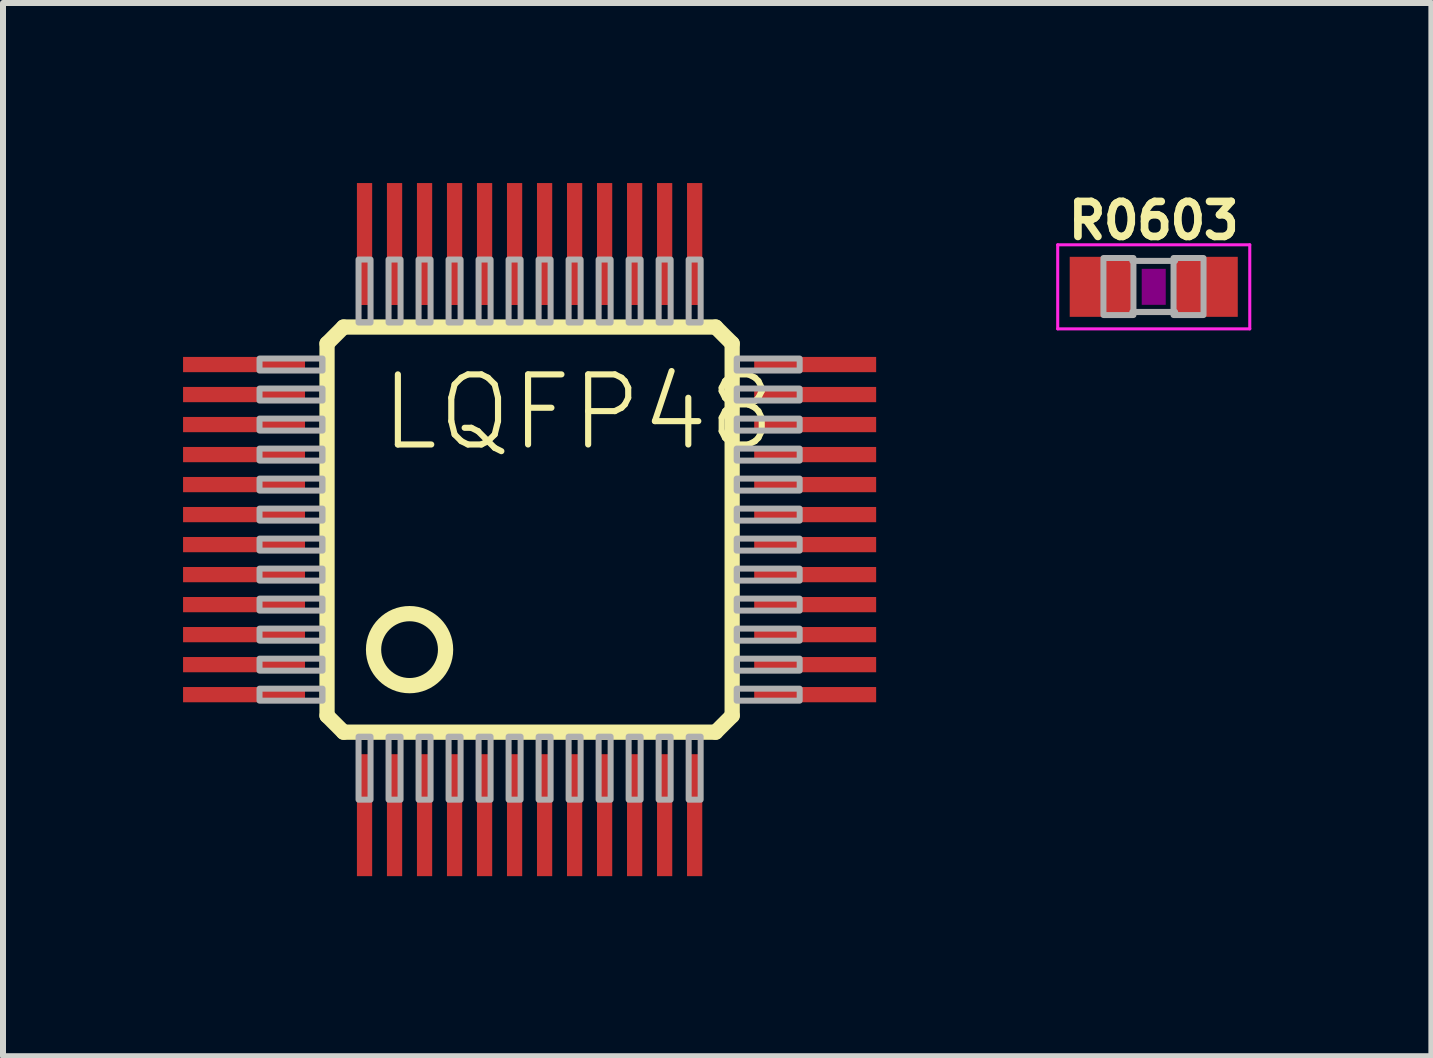
<source format=kicad_pcb>
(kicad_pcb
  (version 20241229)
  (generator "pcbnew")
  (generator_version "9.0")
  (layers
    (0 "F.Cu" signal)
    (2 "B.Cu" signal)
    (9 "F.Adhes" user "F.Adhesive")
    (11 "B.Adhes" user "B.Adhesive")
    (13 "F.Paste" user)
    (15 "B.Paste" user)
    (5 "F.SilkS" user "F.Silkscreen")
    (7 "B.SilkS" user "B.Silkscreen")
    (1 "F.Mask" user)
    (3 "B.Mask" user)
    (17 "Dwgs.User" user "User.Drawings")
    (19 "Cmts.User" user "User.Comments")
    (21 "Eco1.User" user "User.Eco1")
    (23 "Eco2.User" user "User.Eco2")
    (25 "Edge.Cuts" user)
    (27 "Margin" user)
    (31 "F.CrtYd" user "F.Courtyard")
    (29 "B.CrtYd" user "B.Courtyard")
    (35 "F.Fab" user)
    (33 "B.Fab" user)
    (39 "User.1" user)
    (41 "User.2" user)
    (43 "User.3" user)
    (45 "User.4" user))
  (footprint "R0603"
    (layer "F.Cu")
    (at 16.173 1.729)
    (property "Reference" "R0603" (at 0 -0.762 0) (layer "F.SilkS") (effects (font (size 0.583 0.583) (thickness 0.128)) (justify bottom)))
    (fp_poly (pts (xy -0.2 0.3) (xy 0.2 0.3) (xy 0.2 -0.3) (xy -0.2 -0.3)) (stroke (width 0) (type solid)) (fill yes) (layer "F.Adhes"))
    (fp_line (start -1.6 -0.7) (end 1.6 -0.7) (stroke (width 0.051) (type solid)) (layer "F.CrtYd"))
    (fp_line (start -1.6 0.7) (end -1.6 -0.7) (stroke (width 0.051) (type solid)) (layer "F.CrtYd"))
    (fp_line (start 1.6 -0.7) (end 1.6 0.7) (stroke (width 0.051) (type solid)) (layer "F.CrtYd"))
    (fp_line (start 1.6 0.7) (end -1.6 0.7) (stroke (width 0.051) (type solid)) (layer "F.CrtYd"))
    (fp_line (start -0.356 -0.432) (end 0.356 -0.432) (stroke (width 0.102) (type solid)) (layer "F.Fab"))
    (fp_line (start -0.356 0.419) (end 0.356 0.419) (stroke (width 0.102) (type solid)) (layer "F.Fab"))
    (fp_poly (pts (xy -0.838 0.47) (xy -0.338 0.47) (xy -0.338 -0.48) (xy -0.838 -0.48)) (stroke (width 0.1) (type solid)) (fill no) (layer "F.Fab"))
    (fp_poly (pts (xy 0.33 0.47) (xy 0.83 0.47) (xy 0.83 -0.48) (xy 0.33 -0.48)) (stroke (width 0.1) (type solid)) (fill no) (layer "F.Fab"))
    (pad "1" smd rect (at -0.85 0) (size 1.1 1) (layers "F.Cu" "F.Mask" "F.Paste"))
    (pad "2" smd rect (at 0.85 0) (size 1.1 1) (layers "F.Cu" "F.Mask" "F.Paste")))
  (footprint "LQFP48"
    (layer "F.Cu")
    (at 5.774 5.774)
    (property "Reference" "LQFP48" (at -2.54 -1.27 0) (layer "F.SilkS") (effects (font (size 1.168 1.168) (thickness 0.102)) (justify left bottom)))
    (fp_line (start -3.375 -3.1) (end -3.1 -3.375) (stroke (width 0.254) (type solid)) (layer "F.SilkS"))
    (fp_line (start -3.375 3.1) (end -3.375 -3.1) (stroke (width 0.254) (type solid)) (layer "F.SilkS"))
    (fp_line (start -3.1 -3.375) (end 3.1 -3.375) (stroke (width 0.254) (type solid)) (layer "F.SilkS"))
    (fp_line (start -3.1 3.375) (end -3.375 3.1) (stroke (width 0.254) (type solid)) (layer "F.SilkS"))
    (fp_line (start 3.1 -3.375) (end 3.375 -3.1) (stroke (width 0.254) (type solid)) (layer "F.SilkS"))
    (fp_line (start 3.1 3.375) (end -3.1 3.375) (stroke (width 0.254) (type solid)) (layer "F.SilkS"))
    (fp_line (start 3.375 -3.1) (end 3.375 3.1) (stroke (width 0.254) (type solid)) (layer "F.SilkS"))
    (fp_line (start 3.375 3.1) (end 3.1 3.375) (stroke (width 0.254) (type solid)) (layer "F.SilkS"))
    (fp_circle (center -2 2) (end -1.4 2) (stroke (width 0.254) (type solid)) (fill no) (layer "F.SilkS"))
    (fp_poly (pts (xy -4.5 -2.65) (xy -3.45 -2.65) (xy -3.45 -2.85) (xy -4.5 -2.85)) (stroke (width 0.1) (type solid)) (fill no) (layer "F.Fab"))
    (fp_poly (pts (xy -4.5 -2.15) (xy -3.45 -2.15) (xy -3.45 -2.35) (xy -4.5 -2.35)) (stroke (width 0.1) (type solid)) (fill no) (layer "F.Fab"))
    (fp_poly (pts (xy -4.5 -1.65) (xy -3.45 -1.65) (xy -3.45 -1.85) (xy -4.5 -1.85)) (stroke (width 0.1) (type solid)) (fill no) (layer "F.Fab"))
    (fp_poly (pts (xy -4.5 -1.15) (xy -3.45 -1.15) (xy -3.45 -1.35) (xy -4.5 -1.35)) (stroke (width 0.1) (type solid)) (fill no) (layer "F.Fab"))
    (fp_poly (pts (xy -4.5 -0.65) (xy -3.45 -0.65) (xy -3.45 -0.85) (xy -4.5 -0.85)) (stroke (width 0.1) (type solid)) (fill no) (layer "F.Fab"))
    (fp_poly (pts (xy -4.5 -0.15) (xy -3.45 -0.15) (xy -3.45 -0.35) (xy -4.5 -0.35)) (stroke (width 0.1) (type solid)) (fill no) (layer "F.Fab"))
    (fp_poly (pts (xy -4.5 0.35) (xy -3.45 0.35) (xy -3.45 0.15) (xy -4.5 0.15)) (stroke (width 0.1) (type solid)) (fill no) (layer "F.Fab"))
    (fp_poly (pts (xy -4.5 0.85) (xy -3.45 0.85) (xy -3.45 0.65) (xy -4.5 0.65)) (stroke (width 0.1) (type solid)) (fill no) (layer "F.Fab"))
    (fp_poly (pts (xy -4.5 1.35) (xy -3.45 1.35) (xy -3.45 1.15) (xy -4.5 1.15)) (stroke (width 0.1) (type solid)) (fill no) (layer "F.Fab"))
    (fp_poly (pts (xy -4.5 1.85) (xy -3.45 1.85) (xy -3.45 1.65) (xy -4.5 1.65)) (stroke (width 0.1) (type solid)) (fill no) (layer "F.Fab"))
    (fp_poly (pts (xy -4.5 2.35) (xy -3.45 2.35) (xy -3.45 2.15) (xy -4.5 2.15)) (stroke (width 0.1) (type solid)) (fill no) (layer "F.Fab"))
    (fp_poly (pts (xy -4.5 2.85) (xy -3.45 2.85) (xy -3.45 2.65) (xy -4.5 2.65)) (stroke (width 0.1) (type solid)) (fill no) (layer "F.Fab"))
    (fp_poly (pts (xy -2.85 -3.45) (xy -2.65 -3.45) (xy -2.65 -4.5) (xy -2.85 -4.5)) (stroke (width 0.1) (type solid)) (fill no) (layer "F.Fab"))
    (fp_poly (pts (xy -2.85 4.5) (xy -2.65 4.5) (xy -2.65 3.45) (xy -2.85 3.45)) (stroke (width 0.1) (type solid)) (fill no) (layer "F.Fab"))
    (fp_poly (pts (xy -2.35 -3.45) (xy -2.15 -3.45) (xy -2.15 -4.5) (xy -2.35 -4.5)) (stroke (width 0.1) (type solid)) (fill no) (layer "F.Fab"))
    (fp_poly (pts (xy -2.35 4.5) (xy -2.15 4.5) (xy -2.15 3.45) (xy -2.35 3.45)) (stroke (width 0.1) (type solid)) (fill no) (layer "F.Fab"))
    (fp_poly (pts (xy -1.85 -3.45) (xy -1.65 -3.45) (xy -1.65 -4.5) (xy -1.85 -4.5)) (stroke (width 0.1) (type solid)) (fill no) (layer "F.Fab"))
    (fp_poly (pts (xy -1.85 4.5) (xy -1.65 4.5) (xy -1.65 3.45) (xy -1.85 3.45)) (stroke (width 0.1) (type solid)) (fill no) (layer "F.Fab"))
    (fp_poly (pts (xy -1.35 -3.45) (xy -1.15 -3.45) (xy -1.15 -4.5) (xy -1.35 -4.5)) (stroke (width 0.1) (type solid)) (fill no) (layer "F.Fab"))
    (fp_poly (pts (xy -1.35 4.5) (xy -1.15 4.5) (xy -1.15 3.45) (xy -1.35 3.45)) (stroke (width 0.1) (type solid)) (fill no) (layer "F.Fab"))
    (fp_poly (pts (xy -0.85 -3.45) (xy -0.65 -3.45) (xy -0.65 -4.5) (xy -0.85 -4.5)) (stroke (width 0.1) (type solid)) (fill no) (layer "F.Fab"))
    (fp_poly (pts (xy -0.85 4.5) (xy -0.65 4.5) (xy -0.65 3.45) (xy -0.85 3.45)) (stroke (width 0.1) (type solid)) (fill no) (layer "F.Fab"))
    (fp_poly (pts (xy -0.35 -3.45) (xy -0.15 -3.45) (xy -0.15 -4.5) (xy -0.35 -4.5)) (stroke (width 0.1) (type solid)) (fill no) (layer "F.Fab"))
    (fp_poly (pts (xy -0.35 4.5) (xy -0.15 4.5) (xy -0.15 3.45) (xy -0.35 3.45)) (stroke (width 0.1) (type solid)) (fill no) (layer "F.Fab"))
    (fp_poly (pts (xy 0.15 -3.45) (xy 0.35 -3.45) (xy 0.35 -4.5) (xy 0.15 -4.5)) (stroke (width 0.1) (type solid)) (fill no) (layer "F.Fab"))
    (fp_poly (pts (xy 0.15 4.5) (xy 0.35 4.5) (xy 0.35 3.45) (xy 0.15 3.45)) (stroke (width 0.1) (type solid)) (fill no) (layer "F.Fab"))
    (fp_poly (pts (xy 0.65 -3.45) (xy 0.85 -3.45) (xy 0.85 -4.5) (xy 0.65 -4.5)) (stroke (width 0.1) (type solid)) (fill no) (layer "F.Fab"))
    (fp_poly (pts (xy 0.65 4.5) (xy 0.85 4.5) (xy 0.85 3.45) (xy 0.65 3.45)) (stroke (width 0.1) (type solid)) (fill no) (layer "F.Fab"))
    (fp_poly (pts (xy 1.15 -3.45) (xy 1.35 -3.45) (xy 1.35 -4.5) (xy 1.15 -4.5)) (stroke (width 0.1) (type solid)) (fill no) (layer "F.Fab"))
    (fp_poly (pts (xy 1.15 4.5) (xy 1.35 4.5) (xy 1.35 3.45) (xy 1.15 3.45)) (stroke (width 0.1) (type solid)) (fill no) (layer "F.Fab"))
    (fp_poly (pts (xy 1.65 -3.45) (xy 1.85 -3.45) (xy 1.85 -4.5) (xy 1.65 -4.5)) (stroke (width 0.1) (type solid)) (fill no) (layer "F.Fab"))
    (fp_poly (pts (xy 1.65 4.5) (xy 1.85 4.5) (xy 1.85 3.45) (xy 1.65 3.45)) (stroke (width 0.1) (type solid)) (fill no) (layer "F.Fab"))
    (fp_poly (pts (xy 2.15 -3.45) (xy 2.35 -3.45) (xy 2.35 -4.5) (xy 2.15 -4.5)) (stroke (width 0.1) (type solid)) (fill no) (layer "F.Fab"))
    (fp_poly (pts (xy 2.15 4.5) (xy 2.35 4.5) (xy 2.35 3.45) (xy 2.15 3.45)) (stroke (width 0.1) (type solid)) (fill no) (layer "F.Fab"))
    (fp_poly (pts (xy 2.65 -3.45) (xy 2.85 -3.45) (xy 2.85 -4.5) (xy 2.65 -4.5)) (stroke (width 0.1) (type solid)) (fill no) (layer "F.Fab"))
    (fp_poly (pts (xy 2.65 4.5) (xy 2.85 4.5) (xy 2.85 3.45) (xy 2.65 3.45)) (stroke (width 0.1) (type solid)) (fill no) (layer "F.Fab"))
    (fp_poly (pts (xy 3.45 -2.65) (xy 4.5 -2.65) (xy 4.5 -2.85) (xy 3.45 -2.85)) (stroke (width 0.1) (type solid)) (fill no) (layer "F.Fab"))
    (fp_poly (pts (xy 3.45 -2.15) (xy 4.5 -2.15) (xy 4.5 -2.35) (xy 3.45 -2.35)) (stroke (width 0.1) (type solid)) (fill no) (layer "F.Fab"))
    (fp_poly (pts (xy 3.45 -1.65) (xy 4.5 -1.65) (xy 4.5 -1.85) (xy 3.45 -1.85)) (stroke (width 0.1) (type solid)) (fill no) (layer "F.Fab"))
    (fp_poly (pts (xy 3.45 -1.15) (xy 4.5 -1.15) (xy 4.5 -1.35) (xy 3.45 -1.35)) (stroke (width 0.1) (type solid)) (fill no) (layer "F.Fab"))
    (fp_poly (pts (xy 3.45 -0.65) (xy 4.5 -0.65) (xy 4.5 -0.85) (xy 3.45 -0.85)) (stroke (width 0.1) (type solid)) (fill no) (layer "F.Fab"))
    (fp_poly (pts (xy 3.45 -0.15) (xy 4.5 -0.15) (xy 4.5 -0.35) (xy 3.45 -0.35)) (stroke (width 0.1) (type solid)) (fill no) (layer "F.Fab"))
    (fp_poly (pts (xy 3.45 0.35) (xy 4.5 0.35) (xy 4.5 0.15) (xy 3.45 0.15)) (stroke (width 0.1) (type solid)) (fill no) (layer "F.Fab"))
    (fp_poly (pts (xy 3.45 0.85) (xy 4.5 0.85) (xy 4.5 0.65) (xy 3.45 0.65)) (stroke (width 0.1) (type solid)) (fill no) (layer "F.Fab"))
    (fp_poly (pts (xy 3.45 1.35) (xy 4.5 1.35) (xy 4.5 1.15) (xy 3.45 1.15)) (stroke (width 0.1) (type solid)) (fill no) (layer "F.Fab"))
    (fp_poly (pts (xy 3.45 1.85) (xy 4.5 1.85) (xy 4.5 1.65) (xy 3.45 1.65)) (stroke (width 0.1) (type solid)) (fill no) (layer "F.Fab"))
    (fp_poly (pts (xy 3.45 2.35) (xy 4.5 2.35) (xy 4.5 2.15) (xy 3.45 2.15)) (stroke (width 0.1) (type solid)) (fill no) (layer "F.Fab"))
    (fp_poly (pts (xy 3.45 2.85) (xy 4.5 2.85) (xy 4.5 2.65) (xy 3.45 2.65)) (stroke (width 0.1) (type solid)) (fill no) (layer "F.Fab"))
    (pad "1" smd rect (at -2.75 4.758) (size 0.254 2.032) (layers "F.Cu" "F.Mask" "F.Paste"))
    (pad "2" smd rect (at -2.25 4.758) (size 0.254 2.032) (layers "F.Cu" "F.Mask" "F.Paste"))
    (pad "3" smd rect (at -1.75 4.758) (size 0.254 2.032) (layers "F.Cu" "F.Mask" "F.Paste"))
    (pad "4" smd rect (at -1.25 4.758) (size 0.254 2.032) (layers "F.Cu" "F.Mask" "F.Paste"))
    (pad "5" smd rect (at -0.75 4.758) (size 0.254 2.032) (layers "F.Cu" "F.Mask" "F.Paste"))
    (pad "6" smd rect (at -0.25 4.758) (size 0.254 2.032) (layers "F.Cu" "F.Mask" "F.Paste"))
    (pad "7" smd rect (at 0.25 4.758) (size 0.254 2.032) (layers "F.Cu" "F.Mask" "F.Paste"))
    (pad "8" smd rect (at 0.75 4.758) (size 0.254 2.032) (layers "F.Cu" "F.Mask" "F.Paste"))
    (pad "9" smd rect (at 1.25 4.758) (size 0.254 2.032) (layers "F.Cu" "F.Mask" "F.Paste"))
    (pad "10" smd rect (at 1.75 4.758) (size 0.254 2.032) (layers "F.Cu" "F.Mask" "F.Paste"))
    (pad "11" smd rect (at 2.25 4.758) (size 0.254 2.032) (layers "F.Cu" "F.Mask" "F.Paste"))
    (pad "12" smd rect (at 2.75 4.758) (size 0.254 2.032) (layers "F.Cu" "F.Mask" "F.Paste"))
    (pad "13" smd rect (at 4.758 2.75) (size 2.032 0.254) (layers "F.Cu" "F.Mask" "F.Paste"))
    (pad "14" smd rect (at 4.758 2.25) (size 2.032 0.254) (layers "F.Cu" "F.Mask" "F.Paste"))
    (pad "15" smd rect (at 4.758 1.75) (size 2.032 0.254) (layers "F.Cu" "F.Mask" "F.Paste"))
    (pad "16" smd rect (at 4.758 1.25) (size 2.032 0.254) (layers "F.Cu" "F.Mask" "F.Paste"))
    (pad "17" smd rect (at 4.758 0.75) (size 2.032 0.254) (layers "F.Cu" "F.Mask" "F.Paste"))
    (pad "18" smd rect (at 4.758 0.25) (size 2.032 0.254) (layers "F.Cu" "F.Mask" "F.Paste"))
    (pad "19" smd rect (at 4.758 -0.25) (size 2.032 0.254) (layers "F.Cu" "F.Mask" "F.Paste"))
    (pad "20" smd rect (at 4.758 -0.75) (size 2.032 0.254) (layers "F.Cu" "F.Mask" "F.Paste"))
    (pad "21" smd rect (at 4.758 -1.25) (size 2.032 0.254) (layers "F.Cu" "F.Mask" "F.Paste"))
    (pad "22" smd rect (at 4.758 -1.75) (size 2.032 0.254) (layers "F.Cu" "F.Mask" "F.Paste"))
    (pad "23" smd rect (at 4.758 -2.25) (size 2.032 0.254) (layers "F.Cu" "F.Mask" "F.Paste"))
    (pad "24" smd rect (at 4.758 -2.75) (size 2.032 0.254) (layers "F.Cu" "F.Mask" "F.Paste"))
    (pad "25" smd rect (at 2.75 -4.758) (size 0.254 2.032) (layers "F.Cu" "F.Mask" "F.Paste"))
    (pad "26" smd rect (at 2.25 -4.758) (size 0.254 2.032) (layers "F.Cu" "F.Mask" "F.Paste"))
    (pad "27" smd rect (at 1.75 -4.758) (size 0.254 2.032) (layers "F.Cu" "F.Mask" "F.Paste"))
    (pad "28" smd rect (at 1.25 -4.758) (size 0.254 2.032) (layers "F.Cu" "F.Mask" "F.Paste"))
    (pad "29" smd rect (at 0.75 -4.758) (size 0.254 2.032) (layers "F.Cu" "F.Mask" "F.Paste"))
    (pad "30" smd rect (at 0.25 -4.758) (size 0.254 2.032) (layers "F.Cu" "F.Mask" "F.Paste"))
    (pad "31" smd rect (at -0.25 -4.758) (size 0.254 2.032) (layers "F.Cu" "F.Mask" "F.Paste"))
    (pad "32" smd rect (at -0.75 -4.758) (size 0.254 2.032) (layers "F.Cu" "F.Mask" "F.Paste"))
    (pad "33" smd rect (at -1.25 -4.758) (size 0.254 2.032) (layers "F.Cu" "F.Mask" "F.Paste"))
    (pad "34" smd rect (at -1.75 -4.758) (size 0.254 2.032) (layers "F.Cu" "F.Mask" "F.Paste"))
    (pad "35" smd rect (at -2.25 -4.758) (size 0.254 2.032) (layers "F.Cu" "F.Mask" "F.Paste"))
    (pad "36" smd rect (at -2.75 -4.758) (size 0.254 2.032) (layers "F.Cu" "F.Mask" "F.Paste"))
    (pad "37" smd rect (at -4.758 -2.75) (size 2.032 0.254) (layers "F.Cu" "F.Mask" "F.Paste"))
    (pad "38" smd rect (at -4.758 -2.25) (size 2.032 0.254) (layers "F.Cu" "F.Mask" "F.Paste"))
    (pad "39" smd rect (at -4.758 -1.75) (size 2.032 0.254) (layers "F.Cu" "F.Mask" "F.Paste"))
    (pad "40" smd rect (at -4.758 -1.25) (size 2.032 0.254) (layers "F.Cu" "F.Mask" "F.Paste"))
    (pad "41" smd rect (at -4.758 -0.75) (size 2.032 0.254) (layers "F.Cu" "F.Mask" "F.Paste"))
    (pad "42" smd rect (at -4.758 -0.25) (size 2.032 0.254) (layers "F.Cu" "F.Mask" "F.Paste"))
    (pad "43" smd rect (at -4.758 0.25) (size 2.032 0.254) (layers "F.Cu" "F.Mask" "F.Paste"))
    (pad "44" smd rect (at -4.758 0.75) (size 2.032 0.254) (layers "F.Cu" "F.Mask" "F.Paste"))
    (pad "45" smd rect (at -4.758 1.25) (size 2.032 0.254) (layers "F.Cu" "F.Mask" "F.Paste"))
    (pad "46" smd rect (at -4.758 1.75) (size 2.032 0.254) (layers "F.Cu" "F.Mask" "F.Paste"))
    (pad "47" smd rect (at -4.758 2.25) (size 2.032 0.254) (layers "F.Cu" "F.Mask" "F.Paste"))
    (pad "48" smd rect (at -4.758 2.75) (size 2.032 0.254) (layers "F.Cu" "F.Mask" "F.Paste")))
  (gr_rect
    (start -3 -3)
    (end 20.799 14.548)
    (stroke (width 0.1) (type default))
    (fill no)
    (layer "Edge.Cuts")))
</source>
